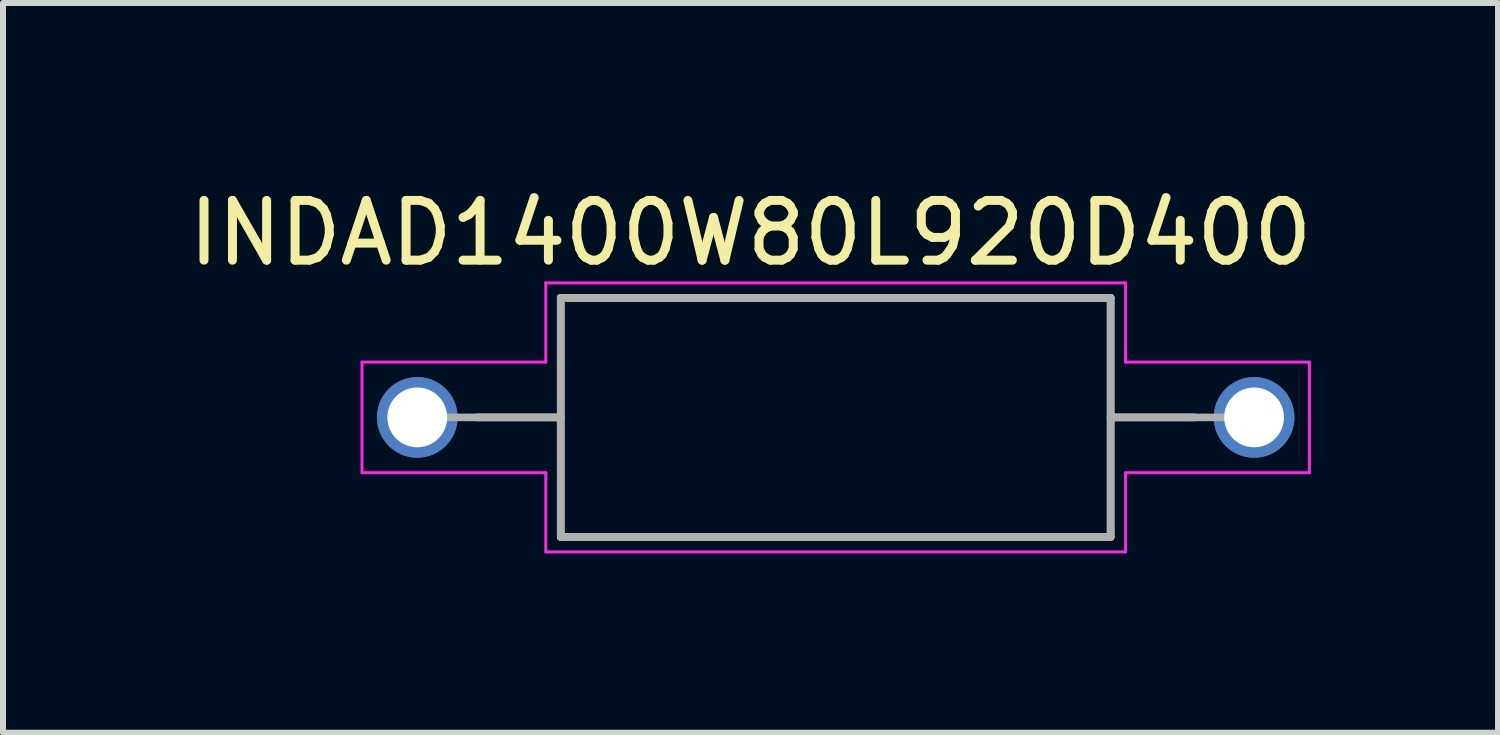
<source format=kicad_pcb>
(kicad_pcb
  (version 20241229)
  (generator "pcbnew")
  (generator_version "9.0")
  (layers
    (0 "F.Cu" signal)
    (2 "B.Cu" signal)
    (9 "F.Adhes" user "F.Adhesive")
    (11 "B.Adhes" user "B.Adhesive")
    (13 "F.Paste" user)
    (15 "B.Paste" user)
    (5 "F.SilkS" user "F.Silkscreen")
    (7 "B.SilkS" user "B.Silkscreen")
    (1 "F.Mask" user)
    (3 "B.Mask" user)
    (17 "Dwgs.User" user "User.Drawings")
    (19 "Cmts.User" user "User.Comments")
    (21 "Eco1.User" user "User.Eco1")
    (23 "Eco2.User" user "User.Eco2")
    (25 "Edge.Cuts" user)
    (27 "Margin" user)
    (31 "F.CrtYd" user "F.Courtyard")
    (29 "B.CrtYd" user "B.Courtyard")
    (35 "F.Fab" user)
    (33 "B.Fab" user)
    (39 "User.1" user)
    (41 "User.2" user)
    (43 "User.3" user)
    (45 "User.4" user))
  (footprint "INDAD1400W80L920D400"
    (layer "F.Cu")
    (at 10.931 3.933)
    (property "Reference" "INDAD1400W80L920D400" (at -1.425 -3.085 0) (layer "F.SilkS") (effects (font (size 1 1) (thickness 0.15))))
    (attr through_hole)
    (fp_line (start -4.6 -2) (end -4.6 2) (stroke (width 0.127) (type solid)) (layer "F.SilkS"))
    (fp_line (start -4.6 -2) (end 4.6 -2) (stroke (width 0.127) (type solid)) (layer "F.SilkS"))
    (fp_line (start -4.6 0) (end -6.005 0) (stroke (width 0.127) (type solid)) (layer "F.SilkS"))
    (fp_line (start -4.6 2) (end 4.6 2) (stroke (width 0.127) (type solid)) (layer "F.SilkS"))
    (fp_line (start 4.6 -2) (end 4.6 2) (stroke (width 0.127) (type solid)) (layer "F.SilkS"))
    (fp_line (start 4.6 0) (end 6.005 0) (stroke (width 0.127) (type solid)) (layer "F.SilkS"))
    (fp_line (start -7.925 -0.925) (end -7.925 0.925) (stroke (width 0.05) (type solid)) (layer "F.CrtYd"))
    (fp_line (start -4.85 -2.25) (end 4.85 -2.25) (stroke (width 0.05) (type solid)) (layer "F.CrtYd"))
    (fp_line (start -4.85 -0.925) (end -7.925 -0.925) (stroke (width 0.05) (type solid)) (layer "F.CrtYd"))
    (fp_line (start -4.85 -0.925) (end -4.85 -2.25) (stroke (width 0.05) (type solid)) (layer "F.CrtYd"))
    (fp_line (start -4.85 0.925) (end -7.925 0.925) (stroke (width 0.05) (type solid)) (layer "F.CrtYd"))
    (fp_line (start -4.85 0.925) (end -4.85 2.25) (stroke (width 0.05) (type solid)) (layer "F.CrtYd"))
    (fp_line (start -4.85 2.25) (end 4.85 2.25) (stroke (width 0.05) (type solid)) (layer "F.CrtYd"))
    (fp_line (start 4.85 -0.925) (end 4.85 -2.25) (stroke (width 0.05) (type solid)) (layer "F.CrtYd"))
    (fp_line (start 4.85 -0.925) (end 7.925 -0.925) (stroke (width 0.05) (type solid)) (layer "F.CrtYd"))
    (fp_line (start 4.85 0.925) (end 4.85 2.25) (stroke (width 0.05) (type solid)) (layer "F.CrtYd"))
    (fp_line (start 4.85 0.925) (end 7.925 0.925) (stroke (width 0.05) (type solid)) (layer "F.CrtYd"))
    (fp_line (start 7.925 -0.925) (end 7.925 0.925) (stroke (width 0.05) (type solid)) (layer "F.CrtYd"))
    (fp_line (start -4.6 -2) (end -4.6 2) (stroke (width 0.127) (type solid)) (layer "F.Fab"))
    (fp_line (start -4.6 -2) (end 4.6 -2) (stroke (width 0.127) (type solid)) (layer "F.Fab"))
    (fp_line (start -4.6 0) (end -7 0) (stroke (width 0.127) (type solid)) (layer "F.Fab"))
    (fp_line (start 4.6 -2) (end 4.6 2) (stroke (width 0.127) (type solid)) (layer "F.Fab"))
    (fp_line (start 4.6 0) (end 7 0) (stroke (width 0.127) (type solid)) (layer "F.Fab"))
    (fp_line (start 4.6 2) (end -4.6 2) (stroke (width 0.127) (type solid)) (layer "F.Fab"))
    (pad "1" thru_hole circle (at -7 0) (size 1.35 1.35) (drill 1) (layers "*.Cu" "*.Mask"))
    (pad "2" thru_hole circle (at 7 0) (size 1.35 1.35) (drill 1) (layers "*.Cu" "*.Mask")))
  (gr_rect
    (start -3 -3)
    (end 22.012 9.208)
    (stroke (width 0.1) (type default))
    (fill no)
    (layer "Edge.Cuts")))
</source>
